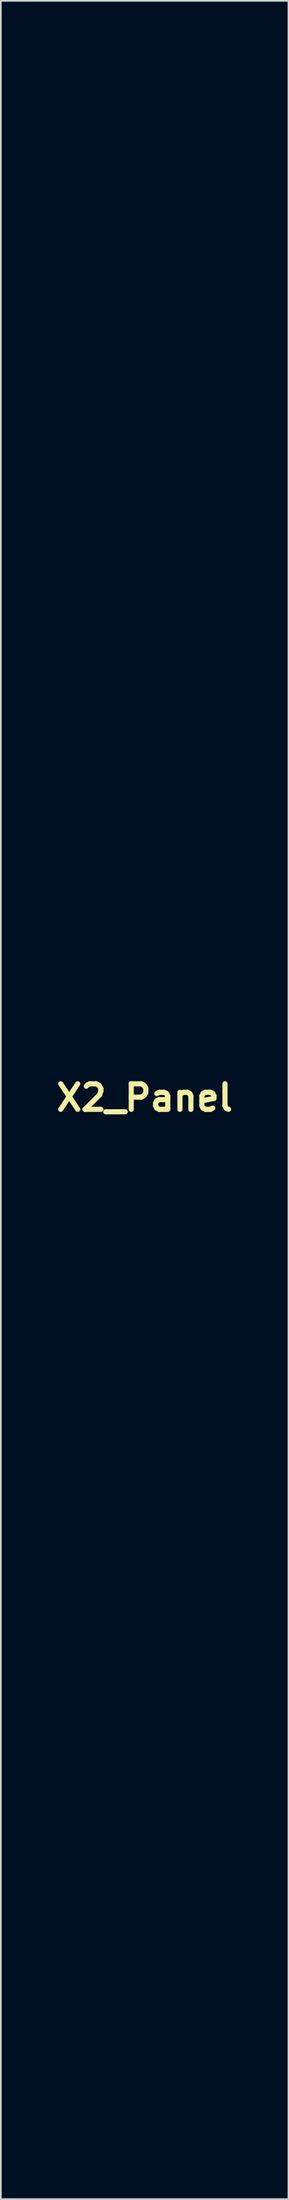
<source format=kicad_pcb>
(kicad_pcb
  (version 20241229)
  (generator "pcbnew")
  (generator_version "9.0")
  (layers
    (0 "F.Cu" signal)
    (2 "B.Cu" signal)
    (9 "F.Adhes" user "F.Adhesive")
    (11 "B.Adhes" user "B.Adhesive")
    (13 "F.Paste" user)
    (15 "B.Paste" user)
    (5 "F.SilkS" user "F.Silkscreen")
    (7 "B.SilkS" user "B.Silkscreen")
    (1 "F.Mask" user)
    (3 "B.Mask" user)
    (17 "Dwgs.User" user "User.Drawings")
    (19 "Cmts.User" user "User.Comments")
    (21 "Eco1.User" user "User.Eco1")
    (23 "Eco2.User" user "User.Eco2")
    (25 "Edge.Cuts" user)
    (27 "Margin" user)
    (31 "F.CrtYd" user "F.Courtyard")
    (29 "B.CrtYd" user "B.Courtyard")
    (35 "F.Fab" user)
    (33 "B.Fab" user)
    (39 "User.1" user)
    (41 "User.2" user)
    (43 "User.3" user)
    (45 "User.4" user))
  (footprint "X2_Panel"
    (layer "F.Cu")
    (at 5.443 61.354)
    (property "Reference" "X2_Panel" (at 0 0 0) (layer "F.SilkS") (effects (font (size 1.5 1.5) (thickness 0.3))))
    (attr board_only exclude_from_pos_files exclude_from_bom)
    (fp_poly (pts (xy 0.29 -61.128) (xy 0.29 -60.902) (xy -2.308 -60.902) (xy -4.906 -60.902) (xy -4.906 -61.128) (xy -4.906 -61.354) (xy -2.308 -61.354) (xy 0.29 -61.354)) (stroke (width 0) (type solid)) (fill yes) (layer "F.Mask"))
    (fp_poly (pts (xy 0.29 61.386) (xy 0.29 61.612) (xy -2.308 61.612) (xy -4.906 61.612) (xy -4.906 61.386) (xy -4.906 61.16) (xy -2.308 61.16) (xy 0.29 61.16)) (stroke (width 0) (type solid)) (fill yes) (layer "F.Mask"))
    (fp_poly (pts (xy -0.613 17.719) (xy -0.613 18.041) (xy 0 18.041) (xy 0.613 18.041) (xy 0.613 17.719) (xy 0.613 17.396) (xy 0.807 17.396) (xy 1.001 17.396) (xy 1.001 18.235) (xy 1.001 19.074) (xy 0.807 19.074) (xy 0.613 19.074) (xy 0.613 18.703) (xy 0.613 18.332) (xy 0 18.332) (xy -0.613 18.332) (xy -0.613 18.703) (xy -0.613 19.074) (xy -0.807 19.074) (xy -1.001 19.074) (xy -1.001 18.235) (xy -1.001 17.396) (xy -0.807 17.396) (xy -0.613 17.396)) (stroke (width 0) (type solid)) (fill yes) (layer "F.Mask"))
    (fp_poly (pts (xy -0.549 -30.273) (xy -0.549 -29.951) (xy 0.065 -29.951) (xy 0.678 -29.951) (xy 0.678 -30.273) (xy 0.678 -30.596) (xy 0.871 -30.596) (xy 1.065 -30.596) (xy 1.065 -29.757) (xy 1.065 -28.918) (xy 0.871 -28.918) (xy 0.678 -28.918) (xy 0.678 -29.289) (xy 0.678 -29.66) (xy 0.065 -29.66) (xy -0.549 -29.66) (xy -0.549 -29.289) (xy -0.549 -28.918) (xy -0.742 -28.918) (xy -0.936 -28.918) (xy -0.936 -29.757) (xy -0.936 -30.596) (xy -0.742 -30.596) (xy -0.549 -30.596)) (stroke (width 0) (type solid)) (fill yes) (layer "F.Mask"))
    (fp_poly (pts (xy -0.516 -6.294) (xy -0.516 -5.971) (xy 0.097 -5.971) (xy 0.71 -5.971) (xy 0.71 -6.294) (xy 0.71 -6.616) (xy 0.904 -6.616) (xy 1.097 -6.616) (xy 1.097 -5.777) (xy 1.097 -4.938) (xy 0.904 -4.938) (xy 0.71 -4.938) (xy 0.71 -5.309) (xy 0.71 -5.68) (xy 0.097 -5.68) (xy -0.516 -5.68) (xy -0.516 -5.309) (xy -0.516 -4.938) (xy -0.71 -4.938) (xy -0.904 -4.938) (xy -0.904 -5.777) (xy -0.904 -6.616) (xy -0.71 -6.616) (xy -0.516 -6.616)) (stroke (width 0) (type solid)) (fill yes) (layer "F.Mask"))
    (fp_poly (pts (xy -0.129 -54.35) (xy -0.129 -54.027) (xy 0.484 -54.027) (xy 1.097 -54.027) (xy 1.097 -54.35) (xy 1.097 -54.673) (xy 1.291 -54.673) (xy 1.485 -54.673) (xy 1.485 -53.834) (xy 1.485 -52.995) (xy 1.291 -52.995) (xy 1.097 -52.995) (xy 1.097 -53.366) (xy 1.097 -53.737) (xy 0.484 -53.737) (xy -0.129 -53.737) (xy -0.129 -53.366) (xy -0.129 -52.995) (xy -0.323 -52.995) (xy -0.516 -52.995) (xy -0.516 -53.834) (xy -0.516 -54.673) (xy -0.323 -54.673) (xy -0.129 -54.673)) (stroke (width 0) (type solid)) (fill yes) (layer "F.Mask"))
    (fp_poly (pts (xy 2.597 -54.642) (xy 2.602 -54.555) (xy 2.607 -54.42) (xy 2.611 -54.247) (xy 2.613 -54.043) (xy 2.614 -53.834) (xy 2.614 -52.995) (xy 2.437 -52.995) (xy 2.259 -52.995) (xy 2.259 -53.672) (xy 2.259 -54.35) (xy 2.082 -54.35) (xy 1.904 -54.35) (xy 1.904 -54.463) (xy 1.91 -54.538) (xy 1.925 -54.576) (xy 1.928 -54.577) (xy 1.969 -54.582) (xy 2.058 -54.594) (xy 2.18 -54.612) (xy 2.259 -54.625) (xy 2.394 -54.645) (xy 2.504 -54.661) (xy 2.574 -54.671) (xy 2.59 -54.672)) (stroke (width 0) (type solid)) (fill yes) (layer "F.Mask"))
    (fp_poly (pts (xy -1.549 4.075) (xy -1.324 4.175) (xy -1.316 5.06) (xy -1.307 5.944) (xy -0.896 5.454) (xy -0.484 4.964) (xy -0.484 5.317) (xy -0.484 5.671) (xy -1.016 6.338) (xy -1.548 7.004) (xy -2.081 6.339) (xy -2.614 5.673) (xy -2.613 5.314) (xy -2.611 5.156) (xy -2.607 5.056) (xy -2.598 5.005) (xy -2.584 4.994) (xy -2.573 5.005) (xy -2.54 5.045) (xy -2.473 5.126) (xy -2.38 5.238) (xy -2.269 5.373) (xy -2.162 5.501) (xy -1.791 5.947) (xy -1.783 4.961) (xy -1.774 3.975)) (stroke (width 0) (type solid)) (fill yes) (layer "F.Mask"))
    (fp_poly (pts (xy -1.549 28.088) (xy -1.324 28.188) (xy -1.316 29.072) (xy -1.307 29.956) (xy -0.896 29.466) (xy -0.484 28.976) (xy -0.484 29.33) (xy -0.484 29.683) (xy -1.016 30.35) (xy -1.548 31.016) (xy -2.081 30.351) (xy -2.614 29.685) (xy -2.613 29.326) (xy -2.611 29.169) (xy -2.607 29.068) (xy -2.598 29.017) (xy -2.584 29.006) (xy -2.573 29.017) (xy -2.54 29.057) (xy -2.473 29.138) (xy -2.38 29.251) (xy -2.269 29.385) (xy -2.162 29.513) (xy -1.791 29.959) (xy -1.783 28.973) (xy -1.774 27.988)) (stroke (width 0) (type solid)) (fill yes) (layer "F.Mask"))
    (fp_poly (pts (xy -1.549 -43.949) (xy -1.324 -43.849) (xy -1.316 -42.949) (xy -1.307 -42.048) (xy -0.896 -42.538) (xy -0.484 -43.028) (xy -0.484 -42.675) (xy -0.484 -42.321) (xy -1.016 -41.655) (xy -1.548 -40.988) (xy -2.081 -41.654) (xy -2.614 -42.319) (xy -2.613 -42.679) (xy -2.611 -42.836) (xy -2.607 -42.936) (xy -2.598 -42.988) (xy -2.584 -42.998) (xy -2.573 -42.987) (xy -2.54 -42.947) (xy -2.473 -42.866) (xy -2.38 -42.754) (xy -2.269 -42.619) (xy -2.162 -42.491) (xy -1.791 -42.046) (xy -1.783 -43.047) (xy -1.774 -44.049)) (stroke (width 0) (type solid)) (fill yes) (layer "F.Mask"))
    (fp_poly (pts (xy -1.549 -19.969) (xy -1.324 -19.869) (xy -1.316 -18.952) (xy -1.307 -18.036) (xy -0.896 -18.526) (xy -0.484 -19.016) (xy -0.484 -18.662) (xy -0.484 -18.309) (xy -1.016 -17.642) (xy -1.548 -16.976) (xy -2.081 -17.641) (xy -2.614 -18.307) (xy -2.613 -18.666) (xy -2.611 -18.824) (xy -2.607 -18.924) (xy -2.598 -18.975) (xy -2.584 -18.986) (xy -2.573 -18.975) (xy -2.54 -18.935) (xy -2.473 -18.854) (xy -2.38 -18.741) (xy -2.269 -18.607) (xy -2.162 -18.479) (xy -1.791 -18.033) (xy -1.783 -19.051) (xy -1.774 -20.069)) (stroke (width 0) (type solid)) (fill yes) (layer "F.Mask"))
    (fp_poly (pts (xy 1.95 -20.009) (xy 1.956 -19.923) (xy 1.962 -19.789) (xy 1.967 -19.613) (xy 1.972 -19.402) (xy 1.975 -19.166) (xy 1.976 -19.04) (xy 1.985 -18.033) (xy 2.356 -18.479) (xy 2.478 -18.626) (xy 2.588 -18.758) (xy 2.678 -18.867) (xy 2.74 -18.943) (xy 2.767 -18.975) (xy 2.784 -18.986) (xy 2.796 -18.96) (xy 2.803 -18.891) (xy 2.806 -18.769) (xy 2.807 -18.666) (xy 2.808 -18.307) (xy 2.275 -17.642) (xy 2.133 -17.465) (xy 2.004 -17.305) (xy 1.895 -17.171) (xy 1.81 -17.067) (xy 1.754 -17.001) (xy 1.734 -16.979) (xy 1.713 -17.004) (xy 1.657 -17.073) (xy 1.572 -17.179) (xy 1.463 -17.316) (xy 1.335 -17.477) (xy 1.202 -17.645) (xy 0.678 -18.309) (xy 0.678 -18.662) (xy 0.678 -19.016) (xy 1.089 -18.526) (xy 1.501 -18.036) (xy 1.509 -18.951) (xy 1.518 -19.866) (xy 1.719 -19.946) (xy 1.825 -19.988) (xy 1.906 -20.021) (xy 1.944 -20.037)) (stroke (width 0) (type solid)) (fill yes) (layer "F.Mask"))
    (fp_poly (pts (xy 1.95 -43.989) (xy 1.956 -43.903) (xy 1.962 -43.769) (xy 1.967 -43.593) (xy 1.972 -43.384) (xy 1.975 -43.148) (xy 1.976 -43.037) (xy 1.985 -42.046) (xy 2.356 -42.491) (xy 2.478 -42.638) (xy 2.588 -42.77) (xy 2.678 -42.879) (xy 2.74 -42.955) (xy 2.767 -42.987) (xy 2.784 -42.998) (xy 2.796 -42.973) (xy 2.803 -42.903) (xy 2.806 -42.781) (xy 2.807 -42.679) (xy 2.808 -42.319) (xy 2.275 -41.654) (xy 2.133 -41.477) (xy 2.004 -41.318) (xy 1.895 -41.183) (xy 1.81 -41.079) (xy 1.754 -41.013) (xy 1.734 -40.991) (xy 1.713 -41.016) (xy 1.657 -41.085) (xy 1.572 -41.191) (xy 1.463 -41.328) (xy 1.335 -41.489) (xy 1.202 -41.657) (xy 0.678 -42.321) (xy 0.678 -42.675) (xy 0.678 -43.028) (xy 1.089 -42.538) (xy 1.501 -42.048) (xy 1.509 -42.947) (xy 1.518 -43.846) (xy 1.719 -43.926) (xy 1.825 -43.968) (xy 1.906 -44.001) (xy 1.944 -44.017)) (stroke (width 0) (type solid)) (fill yes) (layer "F.Mask"))
    (fp_poly (pts (xy 1.95 4.036) (xy 1.956 4.121) (xy 1.962 4.255) (xy 1.967 4.43) (xy 1.972 4.639) (xy 1.975 4.874) (xy 1.976 4.972) (xy 1.985 5.947) (xy 2.356 5.501) (xy 2.478 5.354) (xy 2.588 5.222) (xy 2.678 5.113) (xy 2.74 5.037) (xy 2.767 5.005) (xy 2.784 4.994) (xy 2.796 5.019) (xy 2.803 5.089) (xy 2.806 5.211) (xy 2.807 5.314) (xy 2.808 5.673) (xy 2.275 6.338) (xy 2.133 6.515) (xy 2.004 6.675) (xy 1.895 6.809) (xy 1.81 6.913) (xy 1.754 6.979) (xy 1.734 7.001) (xy 1.713 6.976) (xy 1.657 6.907) (xy 1.572 6.801) (xy 1.463 6.664) (xy 1.335 6.503) (xy 1.202 6.335) (xy 0.678 5.671) (xy 0.678 5.317) (xy 0.678 4.964) (xy 1.089 5.454) (xy 1.501 5.944) (xy 1.509 5.061) (xy 1.518 4.179) (xy 1.719 4.098) (xy 1.825 4.056) (xy 1.906 4.023) (xy 1.944 4.008)) (stroke (width 0) (type solid)) (fill yes) (layer "F.Mask"))
    (fp_poly (pts (xy 1.95 28.048) (xy 1.956 28.133) (xy 1.962 28.267) (xy 1.967 28.443) (xy 1.972 28.652) (xy 1.975 28.886) (xy 1.976 28.984) (xy 1.985 29.959) (xy 2.356 29.513) (xy 2.478 29.366) (xy 2.588 29.234) (xy 2.678 29.125) (xy 2.74 29.049) (xy 2.767 29.017) (xy 2.784 29.006) (xy 2.796 29.032) (xy 2.803 29.101) (xy 2.806 29.223) (xy 2.807 29.326) (xy 2.808 29.685) (xy 2.275 30.35) (xy 2.133 30.528) (xy 2.004 30.687) (xy 1.895 30.821) (xy 1.81 30.925) (xy 1.754 30.991) (xy 1.734 31.013) (xy 1.713 30.988) (xy 1.657 30.919) (xy 1.572 30.813) (xy 1.463 30.676) (xy 1.335 30.515) (xy 1.202 30.347) (xy 0.678 29.683) (xy 0.678 29.33) (xy 0.678 28.976) (xy 1.089 29.466) (xy 1.501 29.956) (xy 1.509 29.074) (xy 1.518 28.191) (xy 1.719 28.111) (xy 1.825 28.068) (xy 1.906 28.036) (xy 1.944 28.02)) (stroke (width 0) (type solid)) (fill yes) (layer "F.Mask"))
    (fp_poly (pts (xy 2.905 17.928) (xy 2.905 18.461) (xy 3.114 18.461) (xy 3.324 18.461) (xy 3.324 18.59) (xy 3.324 18.719) (xy 3.114 18.719) (xy 2.905 18.719) (xy 2.905 18.913) (xy 2.905 19.106) (xy 2.727 19.106) (xy 2.55 19.106) (xy 2.55 18.913) (xy 2.55 18.719) (xy 1.92 18.719) (xy 1.291 18.719) (xy 1.291 18.59) (xy 1.292 18.55) (xy 1.3 18.513) (xy 1.319 18.474) (xy 1.339 18.448) (xy 1.678 18.448) (xy 1.709 18.453) (xy 1.792 18.457) (xy 1.916 18.46) (xy 2.069 18.461) (xy 2.114 18.461) (xy 2.55 18.461) (xy 2.55 18.085) (xy 2.549 17.925) (xy 2.546 17.821) (xy 2.54 17.762) (xy 2.528 17.74) (xy 2.509 17.745) (xy 2.493 17.757) (xy 2.449 17.794) (xy 2.366 17.864) (xy 2.253 17.957) (xy 2.122 18.067) (xy 2.057 18.12) (xy 1.926 18.23) (xy 1.815 18.325) (xy 1.732 18.397) (xy 1.685 18.44) (xy 1.678 18.448) (xy 1.339 18.448) (xy 1.356 18.426) (xy 1.415 18.365) (xy 1.504 18.283) (xy 1.627 18.175) (xy 1.789 18.034) (xy 1.912 17.929) (xy 2.534 17.397) (xy 2.719 17.396) (xy 2.905 17.396)) (stroke (width 0) (type solid)) (fill yes) (layer "F.Mask"))
    (fp_poly (pts (xy -2.225 48.145) (xy -2.146 48.231) (xy -2.038 48.348) (xy -1.915 48.479) (xy -1.805 48.597) (xy -1.524 48.895) (xy -1.126 48.444) (xy -0.727 47.992) (xy -0.356 47.992) (xy 0.015 47.992) (xy -0.229 48.242) (xy -0.343 48.36) (xy -0.485 48.508) (xy -0.638 48.669) (xy -0.787 48.826) (xy -0.82 48.861) (xy -1.167 49.229) (xy -0.447 49.95) (xy 0.274 50.671) (xy -0.15 50.671) (xy -0.574 50.671) (xy -1.049 50.171) (xy -1.191 50.023) (xy -1.318 49.893) (xy -1.424 49.786) (xy -1.502 49.711) (xy -1.545 49.673) (xy -1.55 49.67) (xy -1.578 49.694) (xy -1.641 49.759) (xy -1.733 49.859) (xy -1.846 49.986) (xy -1.974 50.133) (xy -2.006 50.17) (xy -2.437 50.67) (xy -2.805 50.671) (xy -3.173 50.671) (xy -3.111 50.599) (xy -3.073 50.555) (xy -2.997 50.471) (xy -2.892 50.355) (xy -2.765 50.215) (xy -2.621 50.058) (xy -2.533 49.962) (xy -2.385 49.799) (xy -2.25 49.65) (xy -2.134 49.521) (xy -2.044 49.421) (xy -1.987 49.356) (xy -1.971 49.337) (xy -1.961 49.317) (xy -1.963 49.291) (xy -1.981 49.254) (xy -2.022 49.201) (xy -2.088 49.126) (xy -2.185 49.023) (xy -2.316 48.888) (xy -2.488 48.716) (xy -2.568 48.636) (xy -3.211 47.992) (xy -2.787 47.992) (xy -2.364 47.992)) (stroke (width 0) (type solid)) (fill yes) (layer "F.Mask"))
    (fp_poly (pts (xy -2 17.398) (xy -1.795 17.403) (xy -1.644 17.41) (xy -1.543 17.422) (xy -1.486 17.437) (xy -1.485 17.438) (xy -1.41 17.508) (xy -1.355 17.626) (xy -1.327 17.775) (xy -1.325 17.821) (xy -1.327 17.888) (xy -1.345 17.931) (xy -1.392 17.958) (xy -1.479 17.978) (xy -1.59 17.995) (xy -1.743 18.016) (xy -1.743 17.851) (xy -1.743 17.686) (xy -2.259 17.686) (xy -2.776 17.686) (xy -2.776 18.219) (xy -2.776 18.751) (xy -2.259 18.751) (xy -1.743 18.751) (xy -1.743 18.571) (xy -1.743 18.391) (xy -1.606 18.414) (xy -1.47 18.44) (xy -1.386 18.469) (xy -1.342 18.51) (xy -1.326 18.572) (xy -1.325 18.63) (xy -1.343 18.796) (xy -1.39 18.93) (xy -1.461 19.018) (xy -1.485 19.033) (xy -1.539 19.048) (xy -1.639 19.059) (xy -1.787 19.067) (xy -1.99 19.072) (xy -2.252 19.074) (xy -2.265 19.074) (xy -2.495 19.074) (xy -2.67 19.073) (xy -2.797 19.07) (xy -2.888 19.064) (xy -2.95 19.055) (xy -2.993 19.041) (xy -3.025 19.022) (xy -3.056 18.996) (xy -3.147 18.918) (xy -3.147 18.235) (xy -3.147 17.552) (xy -3.056 17.474) (xy -3.025 17.448) (xy -2.992 17.429) (xy -2.949 17.415) (xy -2.887 17.406) (xy -2.796 17.4) (xy -2.668 17.397) (xy -2.493 17.396) (xy -2.265 17.396)) (stroke (width 0) (type solid)) (fill yes) (layer "F.Mask"))
    (fp_poly (pts (xy -1.936 -30.594) (xy -1.73 -30.59) (xy -1.58 -30.582) (xy -1.478 -30.57) (xy -1.422 -30.555) (xy -1.42 -30.555) (xy -1.345 -30.484) (xy -1.291 -30.366) (xy -1.263 -30.217) (xy -1.261 -30.171) (xy -1.263 -30.104) (xy -1.281 -30.061) (xy -1.327 -30.034) (xy -1.415 -30.014) (xy -1.525 -29.997) (xy -1.678 -29.976) (xy -1.678 -30.141) (xy -1.678 -30.306) (xy -2.195 -30.306) (xy -2.711 -30.306) (xy -2.711 -29.773) (xy -2.711 -29.241) (xy -2.195 -29.241) (xy -1.678 -29.241) (xy -1.678 -29.421) (xy -1.678 -29.601) (xy -1.541 -29.578) (xy -1.405 -29.552) (xy -1.322 -29.523) (xy -1.278 -29.482) (xy -1.262 -29.42) (xy -1.261 -29.362) (xy -1.279 -29.196) (xy -1.326 -29.062) (xy -1.396 -28.974) (xy -1.42 -28.96) (xy -1.475 -28.944) (xy -1.574 -28.933) (xy -1.723 -28.925) (xy -1.925 -28.92) (xy -2.188 -28.918) (xy -2.201 -28.918) (xy -2.431 -28.918) (xy -2.605 -28.919) (xy -2.733 -28.922) (xy -2.823 -28.928) (xy -2.885 -28.937) (xy -2.928 -28.951) (xy -2.961 -28.97) (xy -2.992 -28.996) (xy -3.082 -29.074) (xy -3.082 -29.757) (xy -3.082 -30.44) (xy -2.992 -30.518) (xy -2.96 -30.544) (xy -2.928 -30.563) (xy -2.885 -30.577) (xy -2.823 -30.586) (xy -2.732 -30.592) (xy -2.604 -30.595) (xy -2.429 -30.596) (xy -2.201 -30.596)) (stroke (width 0) (type solid)) (fill yes) (layer "F.Mask"))
    (fp_poly (pts (xy -1.904 -6.614) (xy -1.698 -6.61) (xy -1.547 -6.602) (xy -1.446 -6.59) (xy -1.389 -6.575) (xy -1.388 -6.575) (xy -1.313 -6.504) (xy -1.258 -6.386) (xy -1.23 -6.238) (xy -1.228 -6.191) (xy -1.231 -6.124) (xy -1.249 -6.081) (xy -1.295 -6.054) (xy -1.382 -6.034) (xy -1.493 -6.017) (xy -1.646 -5.996) (xy -1.646 -6.161) (xy -1.646 -6.326) (xy -2.162 -6.326) (xy -2.679 -6.326) (xy -2.679 -5.793) (xy -2.679 -5.261) (xy -2.162 -5.261) (xy -1.646 -5.261) (xy -1.646 -5.441) (xy -1.646 -5.621) (xy -1.509 -5.598) (xy -1.373 -5.572) (xy -1.289 -5.543) (xy -1.246 -5.502) (xy -1.23 -5.44) (xy -1.228 -5.383) (xy -1.247 -5.216) (xy -1.294 -5.082) (xy -1.364 -4.995) (xy -1.388 -4.98) (xy -1.443 -4.964) (xy -1.542 -4.953) (xy -1.69 -4.945) (xy -1.893 -4.94) (xy -2.155 -4.938) (xy -2.169 -4.938) (xy -2.398 -4.938) (xy -2.573 -4.94) (xy -2.701 -4.942) (xy -2.791 -4.948) (xy -2.853 -4.957) (xy -2.896 -4.971) (xy -2.928 -4.991) (xy -2.959 -5.016) (xy -3.05 -5.094) (xy -3.05 -5.777) (xy -3.05 -6.46) (xy -2.959 -6.538) (xy -2.928 -6.564) (xy -2.895 -6.583) (xy -2.853 -6.597) (xy -2.79 -6.606) (xy -2.7 -6.612) (xy -2.571 -6.615) (xy -2.397 -6.616) (xy -2.169 -6.616)) (stroke (width 0) (type solid)) (fill yes) (layer "F.Mask"))
    (fp_poly (pts (xy -1.516 -54.671) (xy -1.311 -54.666) (xy -1.16 -54.658) (xy -1.059 -54.647) (xy -1.002 -54.632) (xy -1.001 -54.631) (xy -0.926 -54.561) (xy -0.871 -54.443) (xy -0.843 -54.294) (xy -0.841 -54.247) (xy -0.843 -54.181) (xy -0.861 -54.138) (xy -0.908 -54.111) (xy -0.995 -54.091) (xy -1.105 -54.074) (xy -1.259 -54.052) (xy -1.259 -54.217) (xy -1.259 -54.382) (xy -1.775 -54.382) (xy -2.291 -54.382) (xy -2.291 -53.85) (xy -2.291 -53.317) (xy -1.775 -53.317) (xy -1.259 -53.317) (xy -1.259 -53.498) (xy -1.259 -53.678) (xy -1.122 -53.655) (xy -0.986 -53.629) (xy -0.902 -53.6) (xy -0.858 -53.559) (xy -0.842 -53.496) (xy -0.841 -53.439) (xy -0.859 -53.273) (xy -0.906 -53.139) (xy -0.977 -53.051) (xy -1.001 -53.036) (xy -1.055 -53.021) (xy -1.154 -53.01) (xy -1.303 -53.002) (xy -1.506 -52.997) (xy -1.768 -52.995) (xy -1.781 -52.995) (xy -2.011 -52.995) (xy -2.185 -52.996) (xy -2.313 -52.999) (xy -2.404 -53.005) (xy -2.466 -53.014) (xy -2.509 -53.028) (xy -2.541 -53.047) (xy -2.572 -53.073) (xy -2.663 -53.15) (xy -2.663 -53.834) (xy -2.663 -54.517) (xy -2.572 -54.595) (xy -2.541 -54.621) (xy -2.508 -54.64) (xy -2.465 -54.654) (xy -2.403 -54.663) (xy -2.312 -54.669) (xy -2.184 -54.671) (xy -2.009 -54.672) (xy -1.781 -54.672)) (stroke (width 0) (type solid)) (fill yes) (layer "F.Mask"))
    (fp_poly (pts (xy 2.343 47.996) (xy 2.543 48) (xy 2.698 48.007) (xy 2.817 48.02) (xy 2.905 48.039) (xy 2.971 48.064) (xy 3.02 48.098) (xy 3.06 48.139) (xy 3.076 48.16) (xy 3.116 48.249) (xy 3.144 48.381) (xy 3.159 48.537) (xy 3.159 48.697) (xy 3.144 48.84) (xy 3.134 48.886) (xy 3.118 48.935) (xy 3.097 48.981) (xy 3.064 49.026) (xy 3.014 49.076) (xy 2.942 49.135) (xy 2.842 49.206) (xy 2.708 49.293) (xy 2.536 49.402) (xy 2.319 49.535) (xy 2.052 49.697) (xy 2.051 49.698) (xy 1.246 50.187) (xy 2.011 50.187) (xy 2.776 50.187) (xy 2.776 49.99) (xy 2.776 49.792) (xy 2.864 49.814) (xy 2.947 49.836) (xy 3.059 49.867) (xy 3.127 49.886) (xy 3.3 49.936) (xy 3.285 50.176) (xy 3.261 50.357) (xy 3.215 50.485) (xy 3.139 50.573) (xy 3.031 50.629) (xy 2.974 50.64) (xy 2.87 50.649) (xy 2.717 50.656) (xy 2.511 50.662) (xy 2.249 50.666) (xy 1.927 50.668) (xy 1.667 50.669) (xy 0.412 50.671) (xy 0.425 50.446) (xy 0.436 50.32) (xy 0.455 50.236) (xy 0.489 50.172) (xy 0.534 50.121) (xy 0.583 50.081) (xy 0.68 50.011) (xy 0.818 49.917) (xy 0.99 49.802) (xy 1.189 49.673) (xy 1.408 49.532) (xy 1.606 49.407) (xy 2.582 48.793) (xy 2.582 48.619) (xy 2.582 48.444) (xy 1.84 48.444) (xy 1.097 48.444) (xy 1.097 48.718) (xy 1.095 48.842) (xy 1.089 48.937) (xy 1.079 48.988) (xy 1.075 48.993) (xy 1.036 48.985) (xy 0.951 48.964) (xy 0.836 48.934) (xy 0.801 48.925) (xy 0.549 48.856) (xy 0.551 48.626) (xy 0.566 48.406) (xy 0.605 48.24) (xy 0.672 48.122) (xy 0.72 48.076) (xy 0.749 48.057) (xy 0.782 48.042) (xy 0.827 48.03) (xy 0.891 48.02) (xy 0.982 48.014) (xy 1.107 48.009) (xy 1.274 48.005) (xy 1.49 48.002) (xy 1.762 47.999) (xy 1.786 47.998) (xy 2.093 47.996)) (stroke (width 0) (type solid)) (fill yes) (layer "F.Mask"))
    (fp_poly (pts (xy 2.506 -30.596) (xy 2.672 -30.594) (xy 2.792 -30.59) (xy 2.876 -30.583) (xy 2.933 -30.572) (xy 2.974 -30.556) (xy 3.007 -30.534) (xy 3.013 -30.529) (xy 3.06 -30.486) (xy 3.086 -30.435) (xy 3.096 -30.356) (xy 3.098 -30.253) (xy 3.094 -30.134) (xy 3.081 -30.035) (xy 3.066 -29.984) (xy 3.03 -29.948) (xy 2.948 -29.885) (xy 2.829 -29.801) (xy 2.682 -29.701) (xy 2.516 -29.592) (xy 2.494 -29.578) (xy 2.328 -29.472) (xy 2.181 -29.378) (xy 2.062 -29.301) (xy 1.979 -29.247) (xy 1.941 -29.221) (xy 1.939 -29.22) (xy 1.965 -29.216) (xy 2.044 -29.213) (xy 2.166 -29.21) (xy 2.32 -29.209) (xy 2.399 -29.208) (xy 2.872 -29.208) (xy 2.872 -29.338) (xy 2.875 -29.42) (xy 2.892 -29.453) (xy 2.936 -29.452) (xy 2.961 -29.446) (xy 3.083 -29.414) (xy 3.155 -29.383) (xy 3.187 -29.34) (xy 3.193 -29.272) (xy 3.188 -29.205) (xy 3.18 -29.128) (xy 3.168 -29.066) (xy 3.145 -29.019) (xy 3.104 -28.985) (xy 3.038 -28.961) (xy 2.94 -28.945) (xy 2.803 -28.935) (xy 2.619 -28.93) (xy 2.381 -28.926) (xy 2.221 -28.924) (xy 1.379 -28.915) (xy 1.396 -29.069) (xy 1.403 -29.123) (xy 1.413 -29.169) (xy 1.434 -29.211) (xy 1.47 -29.255) (xy 1.528 -29.307) (xy 1.614 -29.372) (xy 1.734 -29.454) (xy 1.894 -29.559) (xy 2.1 -29.693) (xy 2.173 -29.74) (xy 2.36 -29.861) (xy 2.499 -29.954) (xy 2.598 -30.023) (xy 2.664 -30.075) (xy 2.704 -30.117) (xy 2.725 -30.153) (xy 2.734 -30.191) (xy 2.737 -30.218) (xy 2.747 -30.338) (xy 2.277 -30.338) (xy 1.807 -30.338) (xy 1.807 -30.157) (xy 1.804 -30.053) (xy 1.792 -30.001) (xy 1.768 -29.992) (xy 1.761 -29.994) (xy 1.699 -30.011) (xy 1.61 -30.031) (xy 1.6 -30.033) (xy 1.485 -30.055) (xy 1.485 -30.246) (xy 1.489 -30.364) (xy 1.508 -30.441) (xy 1.547 -30.5) (xy 1.564 -30.517) (xy 1.592 -30.544) (xy 1.623 -30.564) (xy 1.664 -30.578) (xy 1.726 -30.587) (xy 1.818 -30.593) (xy 1.949 -30.595) (xy 2.129 -30.596) (xy 2.286 -30.596)) (stroke (width 0) (type solid)) (fill yes) (layer "F.Mask"))
    (fp_poly (pts (xy 2.508 -6.615) (xy 2.695 -6.611) (xy 2.833 -6.602) (xy 2.932 -6.588) (xy 3.001 -6.567) (xy 3.046 -6.539) (xy 3.074 -6.507) (xy 3.085 -6.459) (xy 3.094 -6.365) (xy 3.098 -6.245) (xy 3.098 -6.226) (xy 3.093 -6.078) (xy 3.072 -5.98) (xy 3.027 -5.914) (xy 2.951 -5.865) (xy 2.904 -5.845) (xy 2.851 -5.822) (xy 2.856 -5.814) (xy 2.894 -5.811) (xy 2.964 -5.79) (xy 3.047 -5.739) (xy 3.064 -5.726) (xy 3.112 -5.682) (xy 3.142 -5.638) (xy 3.157 -5.579) (xy 3.162 -5.486) (xy 3.163 -5.374) (xy 3.16 -5.23) (xy 3.148 -5.133) (xy 3.126 -5.068) (xy 3.101 -5.03) (xy 3.08 -5.006) (xy 3.055 -4.987) (xy 3.017 -4.973) (xy 2.959 -4.963) (xy 2.872 -4.956) (xy 2.746 -4.952) (xy 2.575 -4.948) (xy 2.349 -4.945) (xy 2.311 -4.944) (xy 1.582 -4.935) (xy 1.501 -5.015) (xy 1.448 -5.084) (xy 1.424 -5.168) (xy 1.42 -5.257) (xy 1.42 -5.417) (xy 1.583 -5.452) (xy 1.678 -5.472) (xy 1.744 -5.484) (xy 1.761 -5.487) (xy 1.77 -5.458) (xy 1.775 -5.386) (xy 1.775 -5.358) (xy 1.775 -5.228) (xy 2.24 -5.228) (xy 2.411 -5.23) (xy 2.56 -5.233) (xy 2.677 -5.239) (xy 2.746 -5.245) (xy 2.757 -5.248) (xy 2.789 -5.291) (xy 2.807 -5.374) (xy 2.811 -5.475) (xy 2.802 -5.572) (xy 2.778 -5.642) (xy 2.757 -5.661) (xy 2.703 -5.669) (xy 2.603 -5.676) (xy 2.472 -5.68) (xy 2.402 -5.68) (xy 2.098 -5.68) (xy 2.098 -5.809) (xy 2.098 -5.939) (xy 2.37 -5.939) (xy 2.501 -5.941) (xy 2.611 -5.947) (xy 2.682 -5.955) (xy 2.692 -5.958) (xy 2.726 -6.001) (xy 2.743 -6.084) (xy 2.746 -6.181) (xy 2.733 -6.271) (xy 2.705 -6.33) (xy 2.692 -6.338) (xy 2.642 -6.346) (xy 2.541 -6.352) (xy 2.403 -6.356) (xy 2.242 -6.358) (xy 2.208 -6.358) (xy 1.775 -6.358) (xy 1.775 -6.242) (xy 1.775 -6.126) (xy 1.638 -6.149) (xy 1.534 -6.169) (xy 1.479 -6.194) (xy 1.457 -6.24) (xy 1.452 -6.323) (xy 1.452 -6.341) (xy 1.461 -6.443) (xy 1.496 -6.511) (xy 1.537 -6.549) (xy 1.57 -6.572) (xy 1.609 -6.589) (xy 1.663 -6.601) (xy 1.741 -6.609) (xy 1.854 -6.614) (xy 2.011 -6.616) (xy 2.221 -6.616) (xy 2.266 -6.616)) (stroke (width 0) (type solid)) (fill yes) (layer "F.Mask")))
  (gr_rect
    (start -3 -3)
    (end 13.886 125.966)
    (stroke (width 0.1) (type default))
    (fill no)
    (layer "Edge.Cuts")))
</source>
